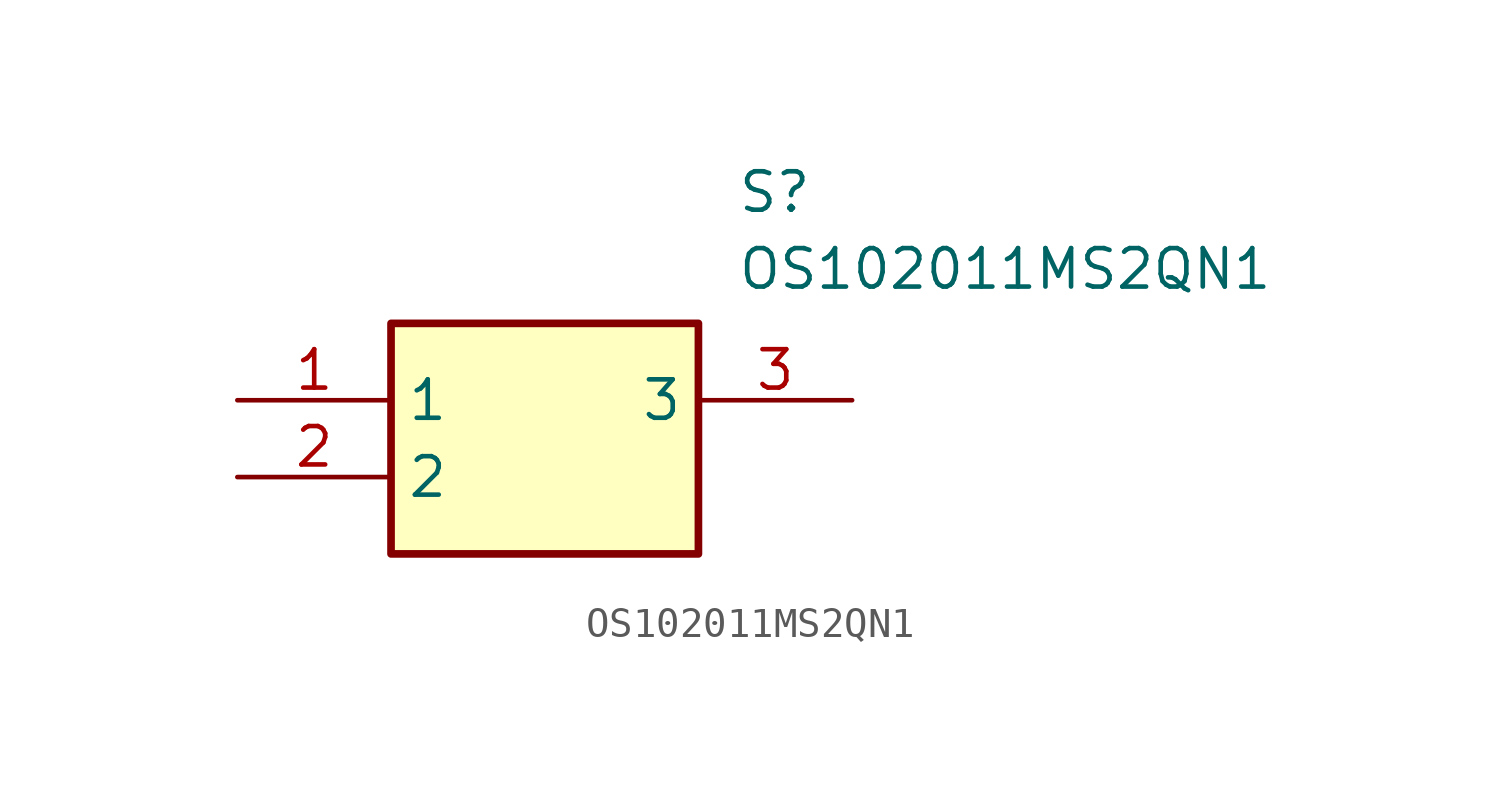
<source format=kicad_sym>
(kicad_symbol_lib
  (version 20211014)
  (generator SamacSys_ECAD_Model)
  (symbol "OS102011MS2QN1"
    (property "Reference" "S"
      (at 16.51 7.62 0)
      (effects (font (size 1.27 1.27)) (justify left top)))
    (property "Value" "OS102011MS2QN1"
      (at 16.51 5.08 0)
      (effects (font (size 1.27 1.27)) (justify left top)))
    (rectangle
      (start 5.08 2.54)
      (end 15.24 -5.08)
      (stroke (width 0.254) (type default))
      (fill (type background)))
    (pin passive line
      (at 0 0 0)
      (length 5.08)
      (name "1" (effects (font (size 1.27 1.27))))
      (number "1" (effects (font (size 1.27 1.27)))))
    (pin passive line
      (at 0 -2.54 0)
      (length 5.08)
      (name "2" (effects (font (size 1.27 1.27))))
      (number "2" (effects (font (size 1.27 1.27)))))
    (pin passive line
      (at 20.32 0 180)
      (length 5.08)
      (name "3" (effects (font (size 1.27 1.27))))
      (number "3" (effects (font (size 1.27 1.27)))))))
</source>
